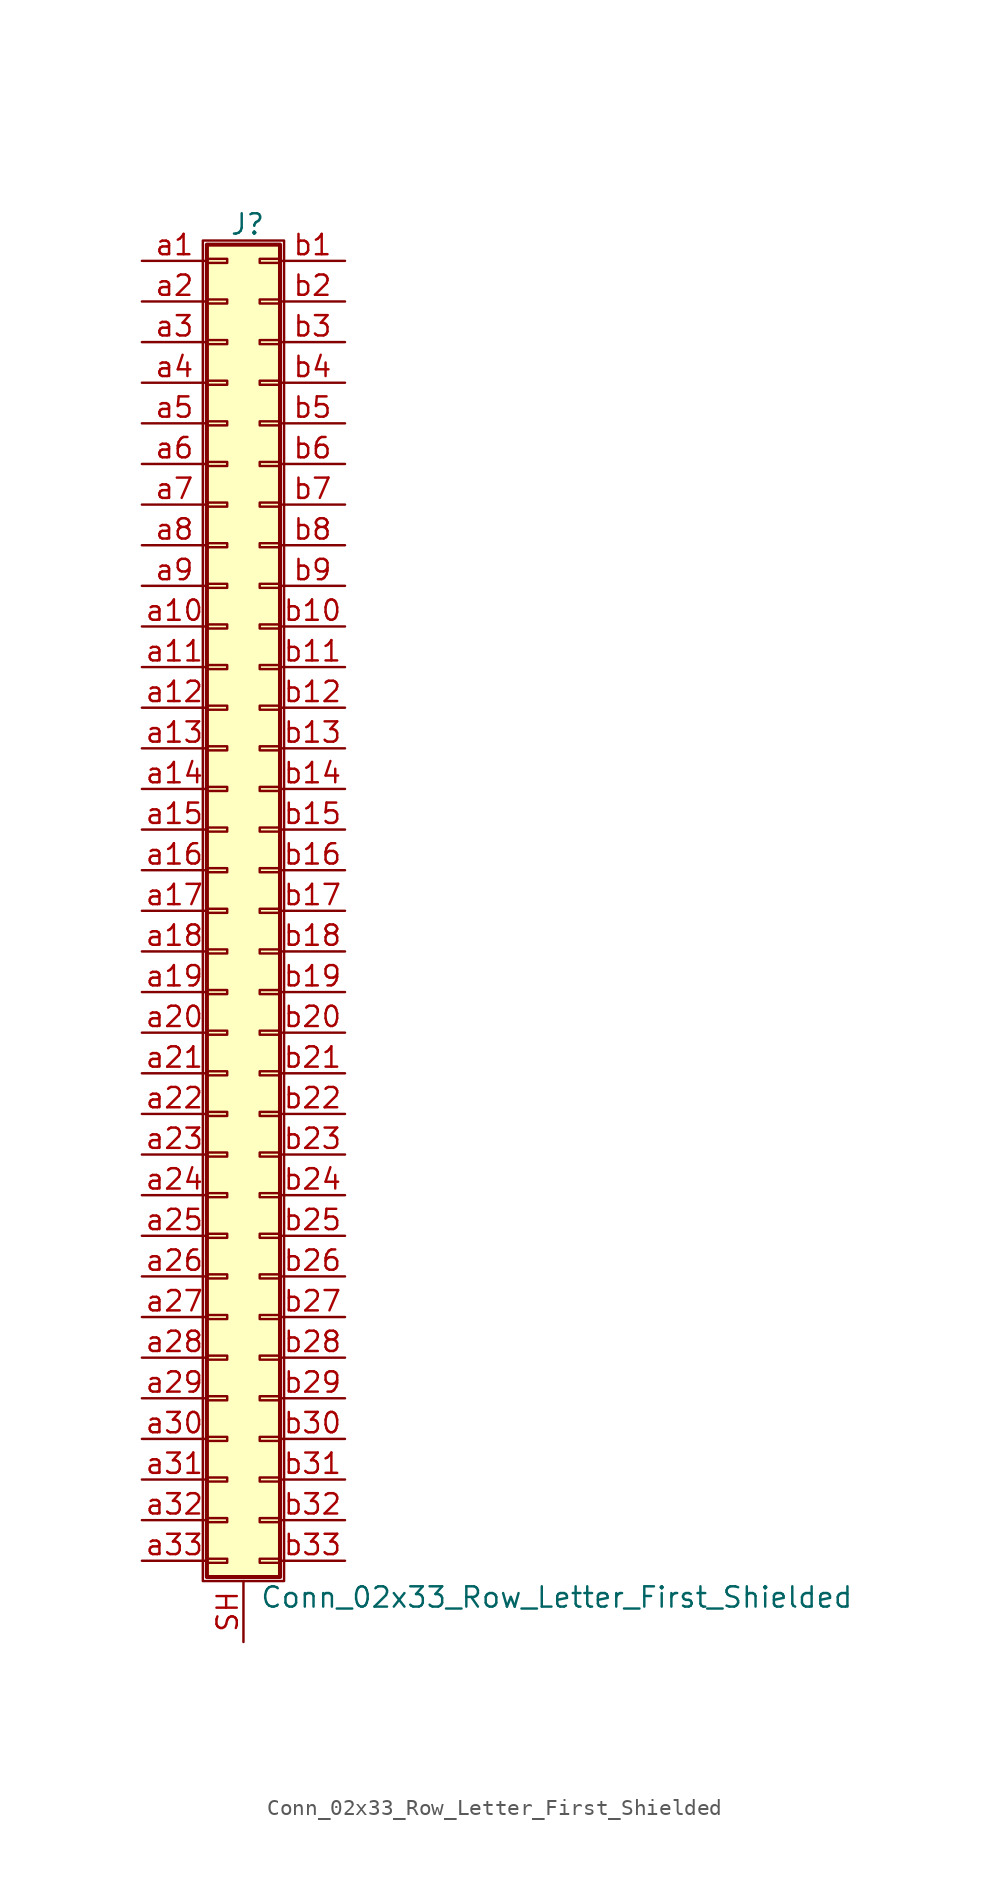
<source format=kicad_sym>
(kicad_symbol_lib
  (version 20201005)
  (generator kicad_symbol_editor)
  (symbol "Conn_02x33_Row_Letter_First_Shielded"
    (pin_names
      (offset 1.016) hide)
    (property "Reference" "J"
      (at 1.524 42.926 0)
      (effects (font (size 1.27 1.27))))
    (property "Value" "Conn_02x33_Row_Letter_First_Shielded"
      (at 2.286 -42.926 0)
      (effects (font (size 1.27 1.27)) (justify left)))
    (symbol "Conn_02x33_Row_Letter_First_Shielded_1_1"
      (rectangle (start -1.27 41.91) (end 3.81 -41.91) (stroke (width 0.152)) (fill (type none)))
      (rectangle (start -1.016 -40.513) (end 0.254 -40.767) (stroke (width 0.152)) (fill (type none)))
      (rectangle (start -1.016 -37.973) (end 0.254 -38.227) (stroke (width 0.152)) (fill (type none)))
      (rectangle (start -1.016 -35.433) (end 0.254 -35.687) (stroke (width 0.152)) (fill (type none)))
      (rectangle (start -1.016 -32.893) (end 0.254 -33.147) (stroke (width 0.152)) (fill (type none)))
      (rectangle (start -1.016 -30.353) (end 0.254 -30.607) (stroke (width 0.152)) (fill (type none)))
      (rectangle (start -1.016 -27.813) (end 0.254 -28.067) (stroke (width 0.152)) (fill (type none)))
      (rectangle (start -1.016 -25.273) (end 0.254 -25.527) (stroke (width 0.152)) (fill (type none)))
      (rectangle (start -1.016 -22.733) (end 0.254 -22.987) (stroke (width 0.152)) (fill (type none)))
      (rectangle (start -1.016 -20.193) (end 0.254 -20.447) (stroke (width 0.152)) (fill (type none)))
      (rectangle (start -1.016 -17.653) (end 0.254 -17.907) (stroke (width 0.152)) (fill (type none)))
      (rectangle (start -1.016 -15.113) (end 0.254 -15.367) (stroke (width 0.152)) (fill (type none)))
      (rectangle (start -1.016 -12.573) (end 0.254 -12.827) (stroke (width 0.152)) (fill (type none)))
      (rectangle (start -1.016 -10.033) (end 0.254 -10.287) (stroke (width 0.152)) (fill (type none)))
      (rectangle (start -1.016 -7.493) (end 0.254 -7.747) (stroke (width 0.152)) (fill (type none)))
      (rectangle (start -1.016 -4.953) (end 0.254 -5.207) (stroke (width 0.152)) (fill (type none)))
      (rectangle (start -1.016 -2.413) (end 0.254 -2.667) (stroke (width 0.152)) (fill (type none)))
      (rectangle (start -1.016 0.127) (end 0.254 -0.127) (stroke (width 0.152)) (fill (type none)))
      (rectangle (start -1.016 2.667) (end 0.254 2.413) (stroke (width 0.152)) (fill (type none)))
      (rectangle (start -1.016 5.207) (end 0.254 4.953) (stroke (width 0.152)) (fill (type none)))
      (rectangle (start -1.016 7.747) (end 0.254 7.493) (stroke (width 0.152)) (fill (type none)))
      (rectangle (start -1.016 10.287) (end 0.254 10.033) (stroke (width 0.152)) (fill (type none)))
      (rectangle (start -1.016 12.827) (end 0.254 12.573) (stroke (width 0.152)) (fill (type none)))
      (rectangle (start -1.016 15.367) (end 0.254 15.113) (stroke (width 0.152)) (fill (type none)))
      (rectangle (start -1.016 17.907) (end 0.254 17.653) (stroke (width 0.152)) (fill (type none)))
      (rectangle (start -1.016 20.447) (end 0.254 20.193) (stroke (width 0.152)) (fill (type none)))
      (rectangle (start -1.016 22.987) (end 0.254 22.733) (stroke (width 0.152)) (fill (type none)))
      (rectangle (start -1.016 25.527) (end 0.254 25.273) (stroke (width 0.152)) (fill (type none)))
      (rectangle (start -1.016 28.067) (end 0.254 27.813) (stroke (width 0.152)) (fill (type none)))
      (rectangle (start -1.016 30.607) (end 0.254 30.353) (stroke (width 0.152)) (fill (type none)))
      (rectangle (start -1.016 33.147) (end 0.254 32.893) (stroke (width 0.152)) (fill (type none)))
      (rectangle (start -1.016 35.687) (end 0.254 35.433) (stroke (width 0.152)) (fill (type none)))
      (rectangle (start -1.016 38.227) (end 0.254 37.973) (stroke (width 0.152)) (fill (type none)))
      (rectangle (start -1.016 40.767) (end 0.254 40.513) (stroke (width 0.152)) (fill (type none)))
      (rectangle (start -1.016 41.656) (end 3.556 -41.656) (stroke (width 0.254)) (fill (type background)))
      (rectangle (start 3.556 -40.513) (end 2.286 -40.767) (stroke (width 0.152)) (fill (type none)))
      (rectangle (start 3.556 -37.973) (end 2.286 -38.227) (stroke (width 0.152)) (fill (type none)))
      (rectangle (start 3.556 -35.433) (end 2.286 -35.687) (stroke (width 0.152)) (fill (type none)))
      (rectangle (start 3.556 -32.893) (end 2.286 -33.147) (stroke (width 0.152)) (fill (type none)))
      (rectangle (start 3.556 -30.353) (end 2.286 -30.607) (stroke (width 0.152)) (fill (type none)))
      (rectangle (start 3.556 -27.813) (end 2.286 -28.067) (stroke (width 0.152)) (fill (type none)))
      (rectangle (start 3.556 -25.273) (end 2.286 -25.527) (stroke (width 0.152)) (fill (type none)))
      (rectangle (start 3.556 -22.733) (end 2.286 -22.987) (stroke (width 0.152)) (fill (type none)))
      (rectangle (start 3.556 -20.193) (end 2.286 -20.447) (stroke (width 0.152)) (fill (type none)))
      (rectangle (start 3.556 -17.653) (end 2.286 -17.907) (stroke (width 0.152)) (fill (type none)))
      (rectangle (start 3.556 -15.113) (end 2.286 -15.367) (stroke (width 0.152)) (fill (type none)))
      (rectangle (start 3.556 -12.573) (end 2.286 -12.827) (stroke (width 0.152)) (fill (type none)))
      (rectangle (start 3.556 -10.033) (end 2.286 -10.287) (stroke (width 0.152)) (fill (type none)))
      (rectangle (start 3.556 -7.493) (end 2.286 -7.747) (stroke (width 0.152)) (fill (type none)))
      (rectangle (start 3.556 -4.953) (end 2.286 -5.207) (stroke (width 0.152)) (fill (type none)))
      (rectangle (start 3.556 -2.413) (end 2.286 -2.667) (stroke (width 0.152)) (fill (type none)))
      (rectangle (start 3.556 0.127) (end 2.286 -0.127) (stroke (width 0.152)) (fill (type none)))
      (rectangle (start 3.556 2.667) (end 2.286 2.413) (stroke (width 0.152)) (fill (type none)))
      (rectangle (start 3.556 5.207) (end 2.286 4.953) (stroke (width 0.152)) (fill (type none)))
      (rectangle (start 3.556 7.747) (end 2.286 7.493) (stroke (width 0.152)) (fill (type none)))
      (rectangle (start 3.556 10.287) (end 2.286 10.033) (stroke (width 0.152)) (fill (type none)))
      (rectangle (start 3.556 12.827) (end 2.286 12.573) (stroke (width 0.152)) (fill (type none)))
      (rectangle (start 3.556 15.367) (end 2.286 15.113) (stroke (width 0.152)) (fill (type none)))
      (rectangle (start 3.556 17.907) (end 2.286 17.653) (stroke (width 0.152)) (fill (type none)))
      (rectangle (start 3.556 20.447) (end 2.286 20.193) (stroke (width 0.152)) (fill (type none)))
      (rectangle (start 3.556 22.987) (end 2.286 22.733) (stroke (width 0.152)) (fill (type none)))
      (rectangle (start 3.556 25.527) (end 2.286 25.273) (stroke (width 0.152)) (fill (type none)))
      (rectangle (start 3.556 28.067) (end 2.286 27.813) (stroke (width 0.152)) (fill (type none)))
      (rectangle (start 3.556 30.607) (end 2.286 30.353) (stroke (width 0.152)) (fill (type none)))
      (rectangle (start 3.556 33.147) (end 2.286 32.893) (stroke (width 0.152)) (fill (type none)))
      (rectangle (start 3.556 35.687) (end 2.286 35.433) (stroke (width 0.152)) (fill (type none)))
      (rectangle (start 3.556 38.227) (end 2.286 37.973) (stroke (width 0.152)) (fill (type none)))
      (rectangle (start 3.556 40.767) (end 2.286 40.513) (stroke (width 0.152)) (fill (type none)))
      (pin passive line (at 1.27 -45.72 90) (length 3.81) (name "Shield" (effects (font (size 1.27 1.27)))) (number "SH" (effects (font (size 1.27 1.27)))))
      (pin passive line (at -5.08 40.64 0) (length 4.064) (name "Pin_a1" (effects (font (size 1.27 1.27)))) (number "a1" (effects (font (size 1.27 1.27)))))
      (pin passive line (at -5.08 17.78 0) (length 4.064) (name "Pin_a10" (effects (font (size 1.27 1.27)))) (number "a10" (effects (font (size 1.27 1.27)))))
      (pin passive line (at -5.08 15.24 0) (length 4.064) (name "Pin_a11" (effects (font (size 1.27 1.27)))) (number "a11" (effects (font (size 1.27 1.27)))))
      (pin passive line (at -5.08 12.7 0) (length 4.064) (name "Pin_a12" (effects (font (size 1.27 1.27)))) (number "a12" (effects (font (size 1.27 1.27)))))
      (pin passive line (at -5.08 10.16 0) (length 4.064) (name "Pin_a13" (effects (font (size 1.27 1.27)))) (number "a13" (effects (font (size 1.27 1.27)))))
      (pin passive line (at -5.08 7.62 0) (length 4.064) (name "Pin_a14" (effects (font (size 1.27 1.27)))) (number "a14" (effects (font (size 1.27 1.27)))))
      (pin passive line (at -5.08 5.08 0) (length 4.064) (name "Pin_a15" (effects (font (size 1.27 1.27)))) (number "a15" (effects (font (size 1.27 1.27)))))
      (pin passive line (at -5.08 2.54 0) (length 4.064) (name "Pin_a16" (effects (font (size 1.27 1.27)))) (number "a16" (effects (font (size 1.27 1.27)))))
      (pin passive line (at -5.08 0 0) (length 4.064) (name "Pin_a17" (effects (font (size 1.27 1.27)))) (number "a17" (effects (font (size 1.27 1.27)))))
      (pin passive line (at -5.08 -2.54 0) (length 4.064) (name "Pin_a18" (effects (font (size 1.27 1.27)))) (number "a18" (effects (font (size 1.27 1.27)))))
      (pin passive line (at -5.08 -5.08 0) (length 4.064) (name "Pin_a19" (effects (font (size 1.27 1.27)))) (number "a19" (effects (font (size 1.27 1.27)))))
      (pin passive line (at -5.08 38.1 0) (length 4.064) (name "Pin_a2" (effects (font (size 1.27 1.27)))) (number "a2" (effects (font (size 1.27 1.27)))))
      (pin passive line (at -5.08 -7.62 0) (length 4.064) (name "Pin_a20" (effects (font (size 1.27 1.27)))) (number "a20" (effects (font (size 1.27 1.27)))))
      (pin passive line (at -5.08 -10.16 0) (length 4.064) (name "Pin_a21" (effects (font (size 1.27 1.27)))) (number "a21" (effects (font (size 1.27 1.27)))))
      (pin passive line (at -5.08 -12.7 0) (length 4.064) (name "Pin_a22" (effects (font (size 1.27 1.27)))) (number "a22" (effects (font (size 1.27 1.27)))))
      (pin passive line (at -5.08 -15.24 0) (length 4.064) (name "Pin_a23" (effects (font (size 1.27 1.27)))) (number "a23" (effects (font (size 1.27 1.27)))))
      (pin passive line (at -5.08 -17.78 0) (length 4.064) (name "Pin_a24" (effects (font (size 1.27 1.27)))) (number "a24" (effects (font (size 1.27 1.27)))))
      (pin passive line (at -5.08 -20.32 0) (length 4.064) (name "Pin_a25" (effects (font (size 1.27 1.27)))) (number "a25" (effects (font (size 1.27 1.27)))))
      (pin passive line (at -5.08 -22.86 0) (length 4.064) (name "Pin_a26" (effects (font (size 1.27 1.27)))) (number "a26" (effects (font (size 1.27 1.27)))))
      (pin passive line (at -5.08 -25.4 0) (length 4.064) (name "Pin_a27" (effects (font (size 1.27 1.27)))) (number "a27" (effects (font (size 1.27 1.27)))))
      (pin passive line (at -5.08 -27.94 0) (length 4.064) (name "Pin_a28" (effects (font (size 1.27 1.27)))) (number "a28" (effects (font (size 1.27 1.27)))))
      (pin passive line (at -5.08 -30.48 0) (length 4.064) (name "Pin_a29" (effects (font (size 1.27 1.27)))) (number "a29" (effects (font (size 1.27 1.27)))))
      (pin passive line (at -5.08 35.56 0) (length 4.064) (name "Pin_a3" (effects (font (size 1.27 1.27)))) (number "a3" (effects (font (size 1.27 1.27)))))
      (pin passive line (at -5.08 -33.02 0) (length 4.064) (name "Pin_a30" (effects (font (size 1.27 1.27)))) (number "a30" (effects (font (size 1.27 1.27)))))
      (pin passive line (at -5.08 -35.56 0) (length 4.064) (name "Pin_a31" (effects (font (size 1.27 1.27)))) (number "a31" (effects (font (size 1.27 1.27)))))
      (pin passive line (at -5.08 -38.1 0) (length 4.064) (name "Pin_a32" (effects (font (size 1.27 1.27)))) (number "a32" (effects (font (size 1.27 1.27)))))
      (pin passive line (at -5.08 -40.64 0) (length 4.064) (name "Pin_a33" (effects (font (size 1.27 1.27)))) (number "a33" (effects (font (size 1.27 1.27)))))
      (pin passive line (at -5.08 33.02 0) (length 4.064) (name "Pin_a4" (effects (font (size 1.27 1.27)))) (number "a4" (effects (font (size 1.27 1.27)))))
      (pin passive line (at -5.08 30.48 0) (length 4.064) (name "Pin_a5" (effects (font (size 1.27 1.27)))) (number "a5" (effects (font (size 1.27 1.27)))))
      (pin passive line (at -5.08 27.94 0) (length 4.064) (name "Pin_a6" (effects (font (size 1.27 1.27)))) (number "a6" (effects (font (size 1.27 1.27)))))
      (pin passive line (at -5.08 25.4 0) (length 4.064) (name "Pin_a7" (effects (font (size 1.27 1.27)))) (number "a7" (effects (font (size 1.27 1.27)))))
      (pin passive line (at -5.08 22.86 0) (length 4.064) (name "Pin_a8" (effects (font (size 1.27 1.27)))) (number "a8" (effects (font (size 1.27 1.27)))))
      (pin passive line (at -5.08 20.32 0) (length 4.064) (name "Pin_a9" (effects (font (size 1.27 1.27)))) (number "a9" (effects (font (size 1.27 1.27)))))
      (pin passive line (at 7.62 40.64 180) (length 4.064) (name "Pin_b1" (effects (font (size 1.27 1.27)))) (number "b1" (effects (font (size 1.27 1.27)))))
      (pin passive line (at 7.62 17.78 180) (length 4.064) (name "Pin_b10" (effects (font (size 1.27 1.27)))) (number "b10" (effects (font (size 1.27 1.27)))))
      (pin passive line (at 7.62 15.24 180) (length 4.064) (name "Pin_b11" (effects (font (size 1.27 1.27)))) (number "b11" (effects (font (size 1.27 1.27)))))
      (pin passive line (at 7.62 12.7 180) (length 4.064) (name "Pin_b12" (effects (font (size 1.27 1.27)))) (number "b12" (effects (font (size 1.27 1.27)))))
      (pin passive line (at 7.62 10.16 180) (length 4.064) (name "Pin_b13" (effects (font (size 1.27 1.27)))) (number "b13" (effects (font (size 1.27 1.27)))))
      (pin passive line (at 7.62 7.62 180) (length 4.064) (name "Pin_b14" (effects (font (size 1.27 1.27)))) (number "b14" (effects (font (size 1.27 1.27)))))
      (pin passive line (at 7.62 5.08 180) (length 4.064) (name "Pin_b15" (effects (font (size 1.27 1.27)))) (number "b15" (effects (font (size 1.27 1.27)))))
      (pin passive line (at 7.62 2.54 180) (length 4.064) (name "Pin_b16" (effects (font (size 1.27 1.27)))) (number "b16" (effects (font (size 1.27 1.27)))))
      (pin passive line (at 7.62 0 180) (length 4.064) (name "Pin_b17" (effects (font (size 1.27 1.27)))) (number "b17" (effects (font (size 1.27 1.27)))))
      (pin passive line (at 7.62 -2.54 180) (length 4.064) (name "Pin_b18" (effects (font (size 1.27 1.27)))) (number "b18" (effects (font (size 1.27 1.27)))))
      (pin passive line (at 7.62 -5.08 180) (length 4.064) (name "Pin_b19" (effects (font (size 1.27 1.27)))) (number "b19" (effects (font (size 1.27 1.27)))))
      (pin passive line (at 7.62 38.1 180) (length 4.064) (name "Pin_b2" (effects (font (size 1.27 1.27)))) (number "b2" (effects (font (size 1.27 1.27)))))
      (pin passive line (at 7.62 -7.62 180) (length 4.064) (name "Pin_b20" (effects (font (size 1.27 1.27)))) (number "b20" (effects (font (size 1.27 1.27)))))
      (pin passive line (at 7.62 -10.16 180) (length 4.064) (name "Pin_b21" (effects (font (size 1.27 1.27)))) (number "b21" (effects (font (size 1.27 1.27)))))
      (pin passive line (at 7.62 -12.7 180) (length 4.064) (name "Pin_b22" (effects (font (size 1.27 1.27)))) (number "b22" (effects (font (size 1.27 1.27)))))
      (pin passive line (at 7.62 -15.24 180) (length 4.064) (name "Pin_b23" (effects (font (size 1.27 1.27)))) (number "b23" (effects (font (size 1.27 1.27)))))
      (pin passive line (at 7.62 -17.78 180) (length 4.064) (name "Pin_b24" (effects (font (size 1.27 1.27)))) (number "b24" (effects (font (size 1.27 1.27)))))
      (pin passive line (at 7.62 -20.32 180) (length 4.064) (name "Pin_b25" (effects (font (size 1.27 1.27)))) (number "b25" (effects (font (size 1.27 1.27)))))
      (pin passive line (at 7.62 -22.86 180) (length 4.064) (name "Pin_b26" (effects (font (size 1.27 1.27)))) (number "b26" (effects (font (size 1.27 1.27)))))
      (pin passive line (at 7.62 -25.4 180) (length 4.064) (name "Pin_b27" (effects (font (size 1.27 1.27)))) (number "b27" (effects (font (size 1.27 1.27)))))
      (pin passive line (at 7.62 -27.94 180) (length 4.064) (name "Pin_b28" (effects (font (size 1.27 1.27)))) (number "b28" (effects (font (size 1.27 1.27)))))
      (pin passive line (at 7.62 -30.48 180) (length 4.064) (name "Pin_b29" (effects (font (size 1.27 1.27)))) (number "b29" (effects (font (size 1.27 1.27)))))
      (pin passive line (at 7.62 35.56 180) (length 4.064) (name "Pin_b3" (effects (font (size 1.27 1.27)))) (number "b3" (effects (font (size 1.27 1.27)))))
      (pin passive line (at 7.62 -33.02 180) (length 4.064) (name "Pin_b30" (effects (font (size 1.27 1.27)))) (number "b30" (effects (font (size 1.27 1.27)))))
      (pin passive line (at 7.62 -35.56 180) (length 4.064) (name "Pin_b31" (effects (font (size 1.27 1.27)))) (number "b31" (effects (font (size 1.27 1.27)))))
      (pin passive line (at 7.62 -38.1 180) (length 4.064) (name "Pin_b32" (effects (font (size 1.27 1.27)))) (number "b32" (effects (font (size 1.27 1.27)))))
      (pin passive line (at 7.62 -40.64 180) (length 4.064) (name "Pin_b33" (effects (font (size 1.27 1.27)))) (number "b33" (effects (font (size 1.27 1.27)))))
      (pin passive line (at 7.62 33.02 180) (length 4.064) (name "Pin_b4" (effects (font (size 1.27 1.27)))) (number "b4" (effects (font (size 1.27 1.27)))))
      (pin passive line (at 7.62 30.48 180) (length 4.064) (name "Pin_b5" (effects (font (size 1.27 1.27)))) (number "b5" (effects (font (size 1.27 1.27)))))
      (pin passive line (at 7.62 27.94 180) (length 4.064) (name "Pin_b6" (effects (font (size 1.27 1.27)))) (number "b6" (effects (font (size 1.27 1.27)))))
      (pin passive line (at 7.62 25.4 180) (length 4.064) (name "Pin_b7" (effects (font (size 1.27 1.27)))) (number "b7" (effects (font (size 1.27 1.27)))))
      (pin passive line (at 7.62 22.86 180) (length 4.064) (name "Pin_b8" (effects (font (size 1.27 1.27)))) (number "b8" (effects (font (size 1.27 1.27)))))
      (pin passive line (at 7.62 20.32 180) (length 4.064) (name "Pin_b9" (effects (font (size 1.27 1.27)))) (number "b9" (effects (font (size 1.27 1.27))))))))
</source>
